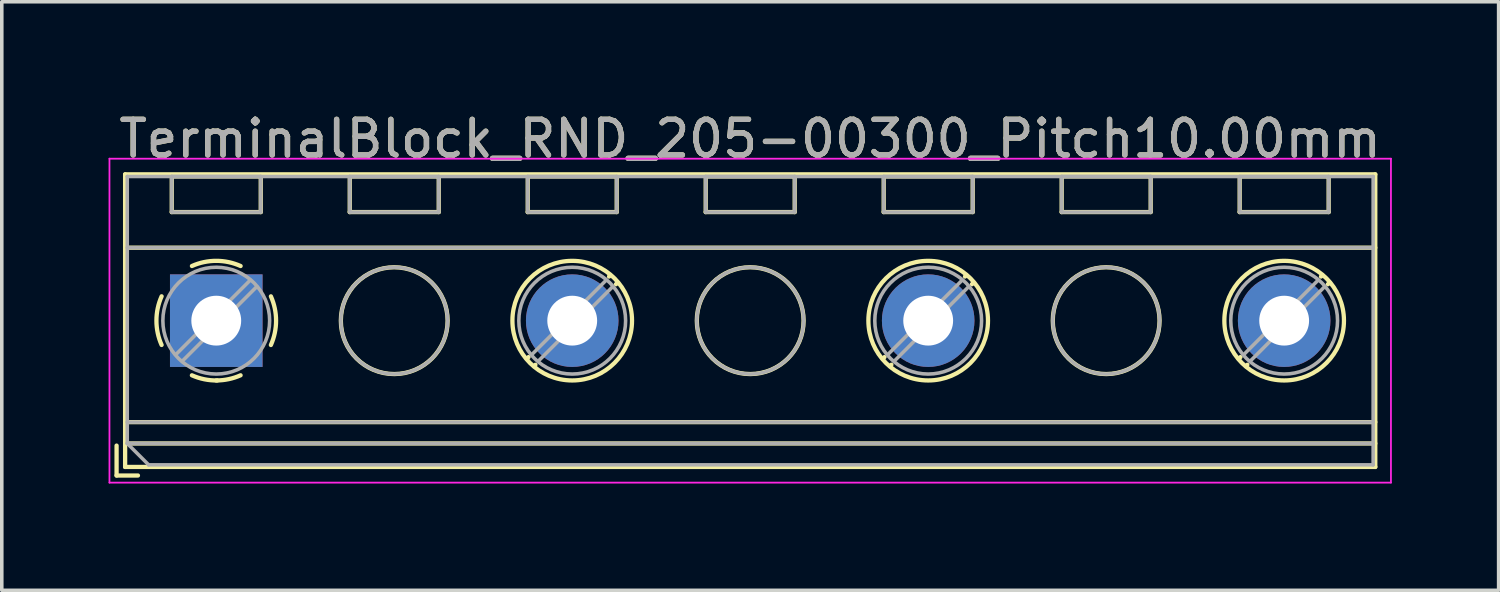
<source format=kicad_pcb>
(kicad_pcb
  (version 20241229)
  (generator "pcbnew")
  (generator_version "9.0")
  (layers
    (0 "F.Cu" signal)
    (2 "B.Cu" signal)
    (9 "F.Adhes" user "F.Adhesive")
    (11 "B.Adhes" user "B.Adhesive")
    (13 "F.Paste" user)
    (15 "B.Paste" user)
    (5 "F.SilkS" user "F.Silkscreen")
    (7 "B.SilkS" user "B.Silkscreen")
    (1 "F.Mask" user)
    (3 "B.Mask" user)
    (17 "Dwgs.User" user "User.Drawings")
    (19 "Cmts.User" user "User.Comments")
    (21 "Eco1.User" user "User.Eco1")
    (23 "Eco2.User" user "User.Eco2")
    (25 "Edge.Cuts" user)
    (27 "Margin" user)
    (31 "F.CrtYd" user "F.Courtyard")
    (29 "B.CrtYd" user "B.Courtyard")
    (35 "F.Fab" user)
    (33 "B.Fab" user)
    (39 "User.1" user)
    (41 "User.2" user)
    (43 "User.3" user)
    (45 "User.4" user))
  (footprint "TerminalBlock_RND_205-00300_Pitch10.00mm"
    (layer "F.Cu")
    (at 3.025 5.958)
    (property "Reference" "TerminalBlock_RND_205-00300_Pitch10.00mm" (at 15 -5.11 0) (layer "F.SilkS") (effects (font (size 1 1) (thickness 0.15))))
    (attr through_hole)
    (fp_line (start -2.8 3.51) (end -2.8 4.35) (stroke (width 0.12) (type solid)) (layer "F.SilkS"))
    (fp_line (start -2.8 4.35) (end -2.2 4.35) (stroke (width 0.12) (type solid)) (layer "F.SilkS"))
    (fp_line (start -2.56 -4.11) (end -2.56 4.11) (stroke (width 0.12) (type solid)) (layer "F.SilkS"))
    (fp_line (start -2.56 -2.05) (end 32.56 -2.05) (stroke (width 0.12) (type solid)) (layer "F.SilkS"))
    (fp_line (start -2.56 2.85) (end 32.56 2.85) (stroke (width 0.12) (type solid)) (layer "F.SilkS"))
    (fp_line (start -2.56 3.45) (end 32.56 3.45) (stroke (width 0.12) (type solid)) (layer "F.SilkS"))
    (fp_line (start -2.56 4.11) (end 32.56 4.11) (stroke (width 0.12) (type solid)) (layer "F.SilkS"))
    (fp_line (start -1.25 -4.05) (end -1.25 -3.05) (stroke (width 0.12) (type solid)) (layer "F.SilkS"))
    (fp_line (start -1.25 -4.05) (end 1.25 -4.05) (stroke (width 0.12) (type solid)) (layer "F.SilkS"))
    (fp_line (start -1.25 -3.05) (end 1.25 -3.05) (stroke (width 0.12) (type solid)) (layer "F.SilkS"))
    (fp_line (start 1.25 -4.05) (end 1.25 -3.05) (stroke (width 0.12) (type solid)) (layer "F.SilkS"))
    (fp_line (start 3.75 -4.05) (end 3.75 -3.05) (stroke (width 0.12) (type solid)) (layer "F.SilkS"))
    (fp_line (start 3.75 -4.05) (end 6.25 -4.05) (stroke (width 0.12) (type solid)) (layer "F.SilkS"))
    (fp_line (start 3.75 -3.05) (end 6.25 -3.05) (stroke (width 0.12) (type solid)) (layer "F.SilkS"))
    (fp_line (start 6.25 -4.05) (end 6.25 -3.05) (stroke (width 0.12) (type solid)) (layer "F.SilkS"))
    (fp_line (start 8.75 -4.05) (end 8.75 -3.05) (stroke (width 0.12) (type solid)) (layer "F.SilkS"))
    (fp_line (start 8.75 -4.05) (end 11.25 -4.05) (stroke (width 0.12) (type solid)) (layer "F.SilkS"))
    (fp_line (start 8.75 -3.05) (end 11.25 -3.05) (stroke (width 0.12) (type solid)) (layer "F.SilkS"))
    (fp_line (start 8.773 1.023) (end 8.726 1.069) (stroke (width 0.12) (type solid)) (layer "F.SilkS"))
    (fp_line (start 8.966 1.239) (end 8.931 1.274) (stroke (width 0.12) (type solid)) (layer "F.SilkS"))
    (fp_line (start 11.07 -1.275) (end 11.035 -1.239) (stroke (width 0.12) (type solid)) (layer "F.SilkS"))
    (fp_line (start 11.25 -4.05) (end 11.25 -3.05) (stroke (width 0.12) (type solid)) (layer "F.SilkS"))
    (fp_line (start 11.275 -1.069) (end 11.228 -1.023) (stroke (width 0.12) (type solid)) (layer "F.SilkS"))
    (fp_line (start 13.75 -4.05) (end 13.75 -3.05) (stroke (width 0.12) (type solid)) (layer "F.SilkS"))
    (fp_line (start 13.75 -4.05) (end 16.25 -4.05) (stroke (width 0.12) (type solid)) (layer "F.SilkS"))
    (fp_line (start 13.75 -3.05) (end 16.25 -3.05) (stroke (width 0.12) (type solid)) (layer "F.SilkS"))
    (fp_line (start 16.25 -4.05) (end 16.25 -3.05) (stroke (width 0.12) (type solid)) (layer "F.SilkS"))
    (fp_line (start 18.75 -4.05) (end 18.75 -3.05) (stroke (width 0.12) (type solid)) (layer "F.SilkS"))
    (fp_line (start 18.75 -4.05) (end 21.25 -4.05) (stroke (width 0.12) (type solid)) (layer "F.SilkS"))
    (fp_line (start 18.75 -3.05) (end 21.25 -3.05) (stroke (width 0.12) (type solid)) (layer "F.SilkS"))
    (fp_line (start 18.773 1.023) (end 18.726 1.069) (stroke (width 0.12) (type solid)) (layer "F.SilkS"))
    (fp_line (start 18.966 1.239) (end 18.931 1.274) (stroke (width 0.12) (type solid)) (layer "F.SilkS"))
    (fp_line (start 21.07 -1.275) (end 21.035 -1.239) (stroke (width 0.12) (type solid)) (layer "F.SilkS"))
    (fp_line (start 21.25 -4.05) (end 21.25 -3.05) (stroke (width 0.12) (type solid)) (layer "F.SilkS"))
    (fp_line (start 21.275 -1.069) (end 21.228 -1.023) (stroke (width 0.12) (type solid)) (layer "F.SilkS"))
    (fp_line (start 23.75 -4.05) (end 23.75 -3.05) (stroke (width 0.12) (type solid)) (layer "F.SilkS"))
    (fp_line (start 23.75 -4.05) (end 26.25 -4.05) (stroke (width 0.12) (type solid)) (layer "F.SilkS"))
    (fp_line (start 23.75 -3.05) (end 26.25 -3.05) (stroke (width 0.12) (type solid)) (layer "F.SilkS"))
    (fp_line (start 26.25 -4.05) (end 26.25 -3.05) (stroke (width 0.12) (type solid)) (layer "F.SilkS"))
    (fp_line (start 28.75 -4.05) (end 28.75 -3.05) (stroke (width 0.12) (type solid)) (layer "F.SilkS"))
    (fp_line (start 28.75 -4.05) (end 31.25 -4.05) (stroke (width 0.12) (type solid)) (layer "F.SilkS"))
    (fp_line (start 28.75 -3.05) (end 31.25 -3.05) (stroke (width 0.12) (type solid)) (layer "F.SilkS"))
    (fp_line (start 28.773 1.023) (end 28.726 1.069) (stroke (width 0.12) (type solid)) (layer "F.SilkS"))
    (fp_line (start 28.966 1.239) (end 28.931 1.274) (stroke (width 0.12) (type solid)) (layer "F.SilkS"))
    (fp_line (start 31.07 -1.275) (end 31.035 -1.239) (stroke (width 0.12) (type solid)) (layer "F.SilkS"))
    (fp_line (start 31.25 -4.05) (end 31.25 -3.05) (stroke (width 0.12) (type solid)) (layer "F.SilkS"))
    (fp_line (start 31.275 -1.069) (end 31.228 -1.023) (stroke (width 0.12) (type solid)) (layer "F.SilkS"))
    (fp_line (start 32.56 -4.11) (end -2.56 -4.11) (stroke (width 0.12) (type solid)) (layer "F.SilkS"))
    (fp_line (start 32.56 4.11) (end 32.56 -4.11) (stroke (width 0.12) (type solid)) (layer "F.SilkS"))
    (fp_arc (start -1.535427 0.683042) (mid -1.680501 -0.000524) (end -1.535 -0.684) (stroke (width 0.12) (type solid)) (layer "F.SilkS"))
    (fp_arc (start -0.683042 -1.535427) (mid 0.000524 -1.680501) (end 0.684 -1.535) (stroke (width 0.12) (type solid)) (layer "F.SilkS"))
    (fp_arc (start 0.028805 1.680253) (mid -0.335551 1.646659) (end -0.684 1.535) (stroke (width 0.12) (type solid)) (layer "F.SilkS"))
    (fp_arc (start 0.683318 1.534756) (mid 0.349292 1.643288) (end 0 1.68) (stroke (width 0.12) (type solid)) (layer "F.SilkS"))
    (fp_arc (start 1.535427 -0.683042) (mid 1.680501 0.000524) (end 1.535 0.684) (stroke (width 0.12) (type solid)) (layer "F.SilkS"))
    (fp_circle (center 5 0) (end 6.5 0) (stroke (width 0.12) (type solid)) (fill no) (layer "F.SilkS"))
    (fp_circle (center 10 0) (end 11.68 0) (stroke (width 0.12) (type solid)) (fill no) (layer "F.SilkS"))
    (fp_circle (center 15 0) (end 16.5 0) (stroke (width 0.12) (type solid)) (fill no) (layer "F.SilkS"))
    (fp_circle (center 20 0) (end 21.68 0) (stroke (width 0.12) (type solid)) (fill no) (layer "F.SilkS"))
    (fp_circle (center 25 0) (end 26.5 0) (stroke (width 0.12) (type solid)) (fill no) (layer "F.SilkS"))
    (fp_circle (center 30 0) (end 31.68 0) (stroke (width 0.12) (type solid)) (fill no) (layer "F.SilkS"))
    (fp_line (start -3 -4.55) (end -3 4.55) (stroke (width 0.05) (type solid)) (layer "F.CrtYd"))
    (fp_line (start -3 4.55) (end 33 4.55) (stroke (width 0.05) (type solid)) (layer "F.CrtYd"))
    (fp_line (start 33 -4.55) (end -3 -4.55) (stroke (width 0.05) (type solid)) (layer "F.CrtYd"))
    (fp_line (start 33 4.55) (end 33 -4.55) (stroke (width 0.05) (type solid)) (layer "F.CrtYd"))
    (fp_line (start -2.5 -4.05) (end 32.5 -4.05) (stroke (width 0.1) (type solid)) (layer "F.Fab"))
    (fp_line (start -2.5 -2.05) (end 32.5 -2.05) (stroke (width 0.1) (type solid)) (layer "F.Fab"))
    (fp_line (start -2.5 2.85) (end 32.5 2.85) (stroke (width 0.1) (type solid)) (layer "F.Fab"))
    (fp_line (start -2.5 3.45) (end -2.5 -4.05) (stroke (width 0.1) (type solid)) (layer "F.Fab"))
    (fp_line (start -2.5 3.45) (end 32.5 3.45) (stroke (width 0.1) (type solid)) (layer "F.Fab"))
    (fp_line (start -1.9 4.05) (end -2.5 3.45) (stroke (width 0.1) (type solid)) (layer "F.Fab"))
    (fp_line (start -1.25 -4.05) (end -1.25 -3.05) (stroke (width 0.1) (type solid)) (layer "F.Fab"))
    (fp_line (start -1.25 -3.05) (end 1.25 -3.05) (stroke (width 0.1) (type solid)) (layer "F.Fab"))
    (fp_line (start 0.955 -1.138) (end -1.138 0.955) (stroke (width 0.1) (type solid)) (layer "F.Fab"))
    (fp_line (start 1.138 -0.955) (end -0.955 1.138) (stroke (width 0.1) (type solid)) (layer "F.Fab"))
    (fp_line (start 1.25 -4.05) (end -1.25 -4.05) (stroke (width 0.1) (type solid)) (layer "F.Fab"))
    (fp_line (start 1.25 -3.05) (end 1.25 -4.05) (stroke (width 0.1) (type solid)) (layer "F.Fab"))
    (fp_line (start 3.75 -4.05) (end 3.75 -3.05) (stroke (width 0.1) (type solid)) (layer "F.Fab"))
    (fp_line (start 3.75 -3.05) (end 6.25 -3.05) (stroke (width 0.1) (type solid)) (layer "F.Fab"))
    (fp_line (start 6.25 -4.05) (end 3.75 -4.05) (stroke (width 0.1) (type solid)) (layer "F.Fab"))
    (fp_line (start 6.25 -3.05) (end 6.25 -4.05) (stroke (width 0.1) (type solid)) (layer "F.Fab"))
    (fp_line (start 8.75 -4.05) (end 8.75 -3.05) (stroke (width 0.1) (type solid)) (layer "F.Fab"))
    (fp_line (start 8.75 -3.05) (end 11.25 -3.05) (stroke (width 0.1) (type solid)) (layer "F.Fab"))
    (fp_line (start 10.955 -1.138) (end 8.863 0.955) (stroke (width 0.1) (type solid)) (layer "F.Fab"))
    (fp_line (start 11.138 -0.955) (end 9.046 1.138) (stroke (width 0.1) (type solid)) (layer "F.Fab"))
    (fp_line (start 11.25 -4.05) (end 8.75 -4.05) (stroke (width 0.1) (type solid)) (layer "F.Fab"))
    (fp_line (start 11.25 -3.05) (end 11.25 -4.05) (stroke (width 0.1) (type solid)) (layer "F.Fab"))
    (fp_line (start 13.75 -4.05) (end 13.75 -3.05) (stroke (width 0.1) (type solid)) (layer "F.Fab"))
    (fp_line (start 13.75 -3.05) (end 16.25 -3.05) (stroke (width 0.1) (type solid)) (layer "F.Fab"))
    (fp_line (start 16.25 -4.05) (end 13.75 -4.05) (stroke (width 0.1) (type solid)) (layer "F.Fab"))
    (fp_line (start 16.25 -3.05) (end 16.25 -4.05) (stroke (width 0.1) (type solid)) (layer "F.Fab"))
    (fp_line (start 18.75 -4.05) (end 18.75 -3.05) (stroke (width 0.1) (type solid)) (layer "F.Fab"))
    (fp_line (start 18.75 -3.05) (end 21.25 -3.05) (stroke (width 0.1) (type solid)) (layer "F.Fab"))
    (fp_line (start 20.955 -1.138) (end 18.863 0.955) (stroke (width 0.1) (type solid)) (layer "F.Fab"))
    (fp_line (start 21.138 -0.955) (end 19.046 1.138) (stroke (width 0.1) (type solid)) (layer "F.Fab"))
    (fp_line (start 21.25 -4.05) (end 18.75 -4.05) (stroke (width 0.1) (type solid)) (layer "F.Fab"))
    (fp_line (start 21.25 -3.05) (end 21.25 -4.05) (stroke (width 0.1) (type solid)) (layer "F.Fab"))
    (fp_line (start 23.75 -4.05) (end 23.75 -3.05) (stroke (width 0.1) (type solid)) (layer "F.Fab"))
    (fp_line (start 23.75 -3.05) (end 26.25 -3.05) (stroke (width 0.1) (type solid)) (layer "F.Fab"))
    (fp_line (start 26.25 -4.05) (end 23.75 -4.05) (stroke (width 0.1) (type solid)) (layer "F.Fab"))
    (fp_line (start 26.25 -3.05) (end 26.25 -4.05) (stroke (width 0.1) (type solid)) (layer "F.Fab"))
    (fp_line (start 28.75 -4.05) (end 28.75 -3.05) (stroke (width 0.1) (type solid)) (layer "F.Fab"))
    (fp_line (start 28.75 -3.05) (end 31.25 -3.05) (stroke (width 0.1) (type solid)) (layer "F.Fab"))
    (fp_line (start 30.955 -1.138) (end 28.863 0.955) (stroke (width 0.1) (type solid)) (layer "F.Fab"))
    (fp_line (start 31.138 -0.955) (end 29.046 1.138) (stroke (width 0.1) (type solid)) (layer "F.Fab"))
    (fp_line (start 31.25 -4.05) (end 28.75 -4.05) (stroke (width 0.1) (type solid)) (layer "F.Fab"))
    (fp_line (start 31.25 -3.05) (end 31.25 -4.05) (stroke (width 0.1) (type solid)) (layer "F.Fab"))
    (fp_line (start 32.5 -4.05) (end 32.5 4.05) (stroke (width 0.1) (type solid)) (layer "F.Fab"))
    (fp_line (start 32.5 4.05) (end -1.9 4.05) (stroke (width 0.1) (type solid)) (layer "F.Fab"))
    (fp_circle (center 0 0) (end 1.5 0) (stroke (width 0.1) (type solid)) (fill no) (layer "F.Fab"))
    (fp_circle (center 5 0) (end 6.5 0) (stroke (width 0.1) (type solid)) (fill no) (layer "F.Fab"))
    (fp_circle (center 10 0) (end 11.5 0) (stroke (width 0.1) (type solid)) (fill no) (layer "F.Fab"))
    (fp_circle (center 15 0) (end 16.5 0) (stroke (width 0.1) (type solid)) (fill no) (layer "F.Fab"))
    (fp_circle (center 20 0) (end 21.5 0) (stroke (width 0.1) (type solid)) (fill no) (layer "F.Fab"))
    (fp_circle (center 25 0) (end 26.5 0) (stroke (width 0.1) (type solid)) (fill no) (layer "F.Fab"))
    (fp_circle (center 30 0) (end 31.5 0) (stroke (width 0.1) (type solid)) (fill no) (layer "F.Fab"))
    (fp_text user "${REFERENCE}" (at 15 -5.11 0) (layer "F.Fab") (effects (font (size 1 1) (thickness 0.15))))
    (pad "1" thru_hole rect (at 0 0) (size 2.6 2.6) (drill 1.4) (layers "*.Cu" "*.Mask"))
    (pad "2" thru_hole circle (at 10 0) (size 2.6 2.6) (drill 1.4) (layers "*.Cu" "*.Mask"))
    (pad "3" thru_hole circle (at 20 0) (size 2.6 2.6) (drill 1.4) (layers "*.Cu" "*.Mask"))
    (pad "4" thru_hole circle (at 30 0) (size 2.6 2.6) (drill 1.4) (layers "*.Cu" "*.Mask")))
  (gr_rect
    (start -3 -3)
    (end 39.05 13.533)
    (stroke (width 0.1) (type default))
    (fill no)
    (layer "Edge.Cuts")))
</source>
